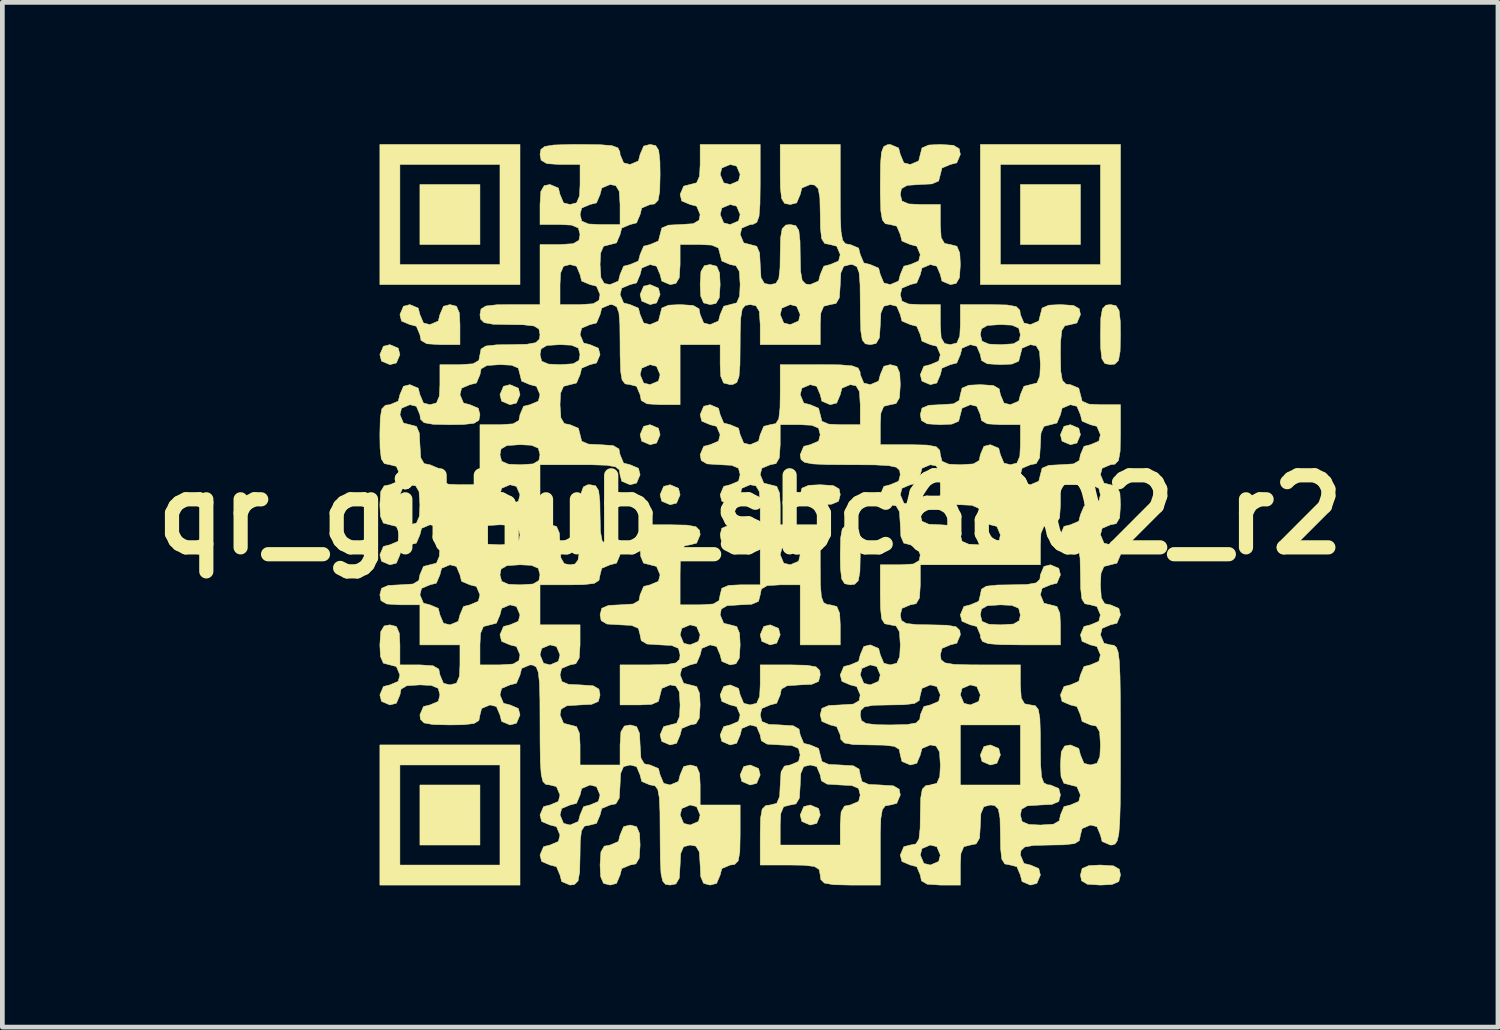
<source format=kicad_pcb>
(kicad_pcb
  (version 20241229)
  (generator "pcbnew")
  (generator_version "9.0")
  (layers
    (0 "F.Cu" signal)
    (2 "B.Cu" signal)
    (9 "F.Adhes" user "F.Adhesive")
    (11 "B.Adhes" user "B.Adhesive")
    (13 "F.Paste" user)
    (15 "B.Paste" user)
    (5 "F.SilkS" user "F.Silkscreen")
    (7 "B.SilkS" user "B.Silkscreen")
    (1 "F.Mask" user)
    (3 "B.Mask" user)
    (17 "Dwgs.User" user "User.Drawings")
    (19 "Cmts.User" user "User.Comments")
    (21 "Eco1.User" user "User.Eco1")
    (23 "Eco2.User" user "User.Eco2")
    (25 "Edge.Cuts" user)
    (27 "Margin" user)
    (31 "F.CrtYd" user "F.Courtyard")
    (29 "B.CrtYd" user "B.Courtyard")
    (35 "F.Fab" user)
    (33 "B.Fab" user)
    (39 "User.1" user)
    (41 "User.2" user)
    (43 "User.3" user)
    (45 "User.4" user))
  (footprint "qr_github_sbc6802_r2"
    (layer "F.Cu")
    (at 12.816 7.837)
    (property "Reference" "qr_github_sbc6802_r2" (at 0 0 0) (layer "F.SilkS") (effects (font (size 1.524 1.524) (thickness 0.3))))
    (attr through_hole)
    (fp_poly (pts (xy -5.715 -5.715) (xy -6.985 -5.715) (xy -6.985 -6.985) (xy -5.715 -6.985) (xy -5.715 -5.715)) (stroke (width 0.01) (type solid)) (fill yes) (layer "F.SilkS"))
    (fp_poly (pts (xy -5.715 6.985) (xy -6.985 6.985) (xy -6.985 5.715) (xy -5.715 5.715) (xy -5.715 6.985)) (stroke (width 0.01) (type solid)) (fill yes) (layer "F.SilkS"))
    (fp_poly (pts (xy 6.985 -5.715) (xy 5.715 -5.715) (xy 5.715 -6.985) (xy 6.985 -6.985) (xy 6.985 -5.715)) (stroke (width 0.01) (type solid)) (fill yes) (layer "F.SilkS"))
    (fp_poly (pts (xy -7.443 -3.523) (xy -7.408 -3.387) (xy -7.483 -3.21) (xy -7.62 -3.175) (xy -7.797 -3.25) (xy -7.832 -3.387) (xy -7.757 -3.564) (xy -7.62 -3.598) (xy -7.443 -3.523)) (stroke (width 0.01) (type solid)) (fill yes) (layer "F.SilkS"))
    (fp_poly (pts (xy -4.903 -2.677) (xy -4.868 -2.54) (xy -4.943 -2.363) (xy -5.08 -2.328) (xy -5.257 -2.403) (xy -5.292 -2.54) (xy -5.217 -2.717) (xy -5.08 -2.752) (xy -4.903 -2.677)) (stroke (width 0.01) (type solid)) (fill yes) (layer "F.SilkS"))
    (fp_poly (pts (xy -1.94 -4.793) (xy -1.905 -4.657) (xy -1.98 -4.48) (xy -2.117 -4.445) (xy -2.294 -4.52) (xy -2.328 -4.657) (xy -2.253 -4.834) (xy -2.117 -4.868) (xy -1.94 -4.793)) (stroke (width 0.01) (type solid)) (fill yes) (layer "F.SilkS"))
    (fp_poly (pts (xy -1.94 -1.83) (xy -1.905 -1.693) (xy -1.98 -1.516) (xy -2.117 -1.482) (xy -2.294 -1.557) (xy -2.328 -1.693) (xy -2.253 -1.87) (xy -2.117 -1.905) (xy -1.94 -1.83)) (stroke (width 0.01) (type solid)) (fill yes) (layer "F.SilkS"))
    (fp_poly (pts (xy -1.516 -0.56) (xy -1.482 -0.423) (xy -1.557 -0.246) (xy -1.693 -0.212) (xy -1.87 -0.287) (xy -1.905 -0.423) (xy -1.83 -0.6) (xy -1.693 -0.635) (xy -1.516 -0.56)) (stroke (width 0.01) (type solid)) (fill yes) (layer "F.SilkS"))
    (fp_poly (pts (xy 0.177 5.367) (xy 0.212 5.503) (xy 0.137 5.68) (xy 0 5.715) (xy -0.177 5.64) (xy -0.212 5.503) (xy -0.137 5.326) (xy 0 5.292) (xy 0.177 5.367)) (stroke (width 0.01) (type solid)) (fill yes) (layer "F.SilkS"))
    (fp_poly (pts (xy 0.6 2.403) (xy 0.635 2.54) (xy 0.56 2.717) (xy 0.423 2.752) (xy 0.246 2.677) (xy 0.212 2.54) (xy 0.287 2.363) (xy 0.423 2.328) (xy 0.6 2.403)) (stroke (width 0.01) (type solid)) (fill yes) (layer "F.SilkS"))
    (fp_poly (pts (xy 1.447 6.213) (xy 1.482 6.35) (xy 1.407 6.527) (xy 1.27 6.562) (xy 1.093 6.487) (xy 1.058 6.35) (xy 1.133 6.173) (xy 1.27 6.138) (xy 1.447 6.213)) (stroke (width 0.01) (type solid)) (fill yes) (layer "F.SilkS"))
    (fp_poly (pts (xy 5.257 4.943) (xy 5.292 5.08) (xy 5.217 5.257) (xy 5.08 5.292) (xy 4.903 5.217) (xy 4.868 5.08) (xy 4.943 4.903) (xy 5.08 4.868) (xy 5.257 4.943)) (stroke (width 0.01) (type solid)) (fill yes) (layer "F.SilkS"))
    (fp_poly (pts (xy 6.95 -1.83) (xy 6.985 -1.693) (xy 6.91 -1.516) (xy 6.773 -1.482) (xy 6.596 -1.557) (xy 6.562 -1.693) (xy 6.637 -1.87) (xy 6.773 -1.905) (xy 6.95 -1.83)) (stroke (width 0.01) (type solid)) (fill yes) (layer "F.SilkS"))
    (fp_poly (pts (xy -4.868 -4.868) (xy -7.832 -4.868) (xy -7.832 -7.408) (xy -7.408 -7.408) (xy -7.408 -5.292) (xy -5.292 -5.292) (xy -5.292 -7.408) (xy -7.408 -7.408) (xy -7.832 -7.408) (xy -7.832 -7.832) (xy -4.868 -7.832) (xy -4.868 -4.868)) (stroke (width 0.01) (type solid)) (fill yes) (layer "F.SilkS"))
    (fp_poly (pts (xy -4.868 7.832) (xy -7.832 7.832) (xy -7.832 5.292) (xy -7.408 5.292) (xy -7.408 7.408) (xy -5.292 7.408) (xy -5.292 5.292) (xy -7.408 5.292) (xy -7.832 5.292) (xy -7.832 4.868) (xy -4.868 4.868) (xy -4.868 7.832)) (stroke (width 0.01) (type solid)) (fill yes) (layer "F.SilkS"))
    (fp_poly (pts (xy 7.832 -4.868) (xy 4.868 -4.868) (xy 4.868 -7.408) (xy 5.292 -7.408) (xy 5.292 -5.292) (xy 7.408 -5.292) (xy 7.408 -7.408) (xy 5.292 -7.408) (xy 4.868 -7.408) (xy 4.868 -7.832) (xy 7.832 -7.832) (xy 7.832 -4.868)) (stroke (width 0.01) (type solid)) (fill yes) (layer "F.SilkS"))
    (fp_poly (pts (xy -0.708 -5.256) (xy -0.647 -5.113) (xy -0.635 -4.868) (xy -0.653 -4.591) (xy -0.724 -4.469) (xy -0.847 -4.445) (xy -0.985 -4.481) (xy -1.046 -4.624) (xy -1.058 -4.868) (xy -1.041 -5.145) (xy -0.969 -5.268) (xy -0.847 -5.292) (xy -0.708 -5.256)) (stroke (width 0.01) (type solid)) (fill yes) (layer "F.SilkS"))
    (fp_poly (pts (xy 1.759 -0.617) (xy 1.881 -0.546) (xy 1.905 -0.423) (xy 1.869 -0.285) (xy 1.726 -0.224) (xy 1.482 -0.212) (xy 1.205 -0.229) (xy 1.082 -0.301) (xy 1.058 -0.423) (xy 1.094 -0.562) (xy 1.237 -0.623) (xy 1.482 -0.635) (xy 1.759 -0.617)) (stroke (width 0.01) (type solid)) (fill yes) (layer "F.SilkS"))
    (fp_poly (pts (xy 7.685 7.426) (xy 7.808 7.498) (xy 7.832 7.62) (xy 7.796 7.758) (xy 7.653 7.82) (xy 7.408 7.832) (xy 7.131 7.814) (xy 7.009 7.742) (xy 6.985 7.62) (xy 7.021 7.482) (xy 7.164 7.42) (xy 7.408 7.408) (xy 7.685 7.426)) (stroke (width 0.01) (type solid)) (fill yes) (layer "F.SilkS"))
    (fp_poly (pts (xy 2.235 0.235) (xy 2.299 0.337) (xy 2.324 0.565) (xy 2.328 0.847) (xy 2.321 1.201) (xy 2.287 1.393) (xy 2.21 1.47) (xy 2.117 1.482) (xy 1.998 1.458) (xy 1.935 1.357) (xy 1.909 1.128) (xy 1.905 0.847) (xy 1.913 0.492) (xy 1.947 0.3) (xy 2.023 0.223) (xy 2.117 0.212) (xy 2.235 0.235)) (stroke (width 0.01) (type solid)) (fill yes) (layer "F.SilkS"))
    (fp_poly (pts (xy 7.738 -4.422) (xy 7.802 -4.32) (xy 7.828 -4.091) (xy 7.832 -3.81) (xy 7.824 -3.455) (xy 7.79 -3.264) (xy 7.714 -3.187) (xy 7.62 -3.175) (xy 7.502 -3.198) (xy 7.438 -3.3) (xy 7.412 -3.529) (xy 7.408 -3.81) (xy 7.416 -4.165) (xy 7.45 -4.356) (xy 7.526 -4.433) (xy 7.62 -4.445) (xy 7.738 -4.422)) (stroke (width 0.01) (type solid)) (fill yes) (layer "F.SilkS"))
    (fp_poly (pts (xy -2.402 6.597) (xy -2.34 6.741) (xy -2.328 6.985) (xy -2.346 7.262) (xy -2.418 7.384) (xy -2.54 7.408) (xy -2.717 7.483) (xy -2.752 7.62) (xy -2.827 7.797) (xy -2.963 7.832) (xy -3.102 7.796) (xy -3.163 7.653) (xy -3.175 7.408) (xy -3.157 7.131) (xy -3.086 7.009) (xy -2.963 6.985) (xy -2.786 6.91) (xy -2.752 6.773) (xy -2.677 6.596) (xy -2.54 6.562) (xy -2.402 6.597)) (stroke (width 0.01) (type solid)) (fill yes) (layer "F.SilkS"))
    (fp_poly (pts (xy -6.212 -4.41) (xy -6.15 -4.266) (xy -6.138 -4.022) (xy -6.138 -3.598) (xy -6.562 -3.598) (xy -6.839 -3.616) (xy -6.961 -3.688) (xy -6.985 -3.81) (xy -7.06 -3.987) (xy -7.197 -4.022) (xy -7.374 -4.097) (xy -7.408 -4.233) (xy -7.333 -4.41) (xy -7.197 -4.445) (xy -7.02 -4.37) (xy -6.985 -4.233) (xy -6.91 -4.056) (xy -6.773 -4.022) (xy -6.596 -4.097) (xy -6.562 -4.233) (xy -6.487 -4.41) (xy -6.35 -4.445) (xy -6.212 -4.41)) (stroke (width 0.01) (type solid)) (fill yes) (layer "F.SilkS"))
    (fp_poly (pts (xy 6.527 1.133) (xy 6.562 1.27) (xy 6.487 1.447) (xy 6.35 1.482) (xy 6.173 1.557) (xy 6.138 1.693) (xy 6.213 1.87) (xy 6.35 1.905) (xy 6.488 1.94) (xy 6.55 2.084) (xy 6.562 2.328) (xy 6.562 2.752) (xy 5.715 2.752) (xy 5.293 2.747) (xy 5.04 2.727) (xy 4.914 2.68) (xy 4.871 2.596) (xy 4.868 2.54) (xy 4.793 2.363) (xy 4.657 2.328) (xy 4.48 2.253) (xy 4.445 2.117) (xy 4.868 2.117) (xy 4.904 2.255) (xy 5.047 2.316) (xy 5.292 2.328) (xy 5.569 2.311) (xy 5.691 2.239) (xy 5.715 2.117) (xy 5.679 1.978) (xy 5.536 1.917) (xy 5.292 1.905) (xy 5.015 1.923) (xy 4.892 1.994) (xy 4.868 2.117) (xy 4.445 2.117) (xy 4.52 1.94) (xy 4.657 1.905) (xy 4.834 1.83) (xy 4.868 1.693) (xy 4.892 1.575) (xy 4.993 1.511) (xy 5.222 1.486) (xy 5.503 1.482) (xy 5.858 1.474) (xy 6.05 1.44) (xy 6.127 1.364) (xy 6.138 1.27) (xy 6.213 1.093) (xy 6.35 1.058) (xy 6.527 1.133)) (stroke (width 0.01) (type solid)) (fill yes) (layer "F.SilkS"))
    (fp_poly (pts (xy 1.201 3.183) (xy 1.393 3.217) (xy 1.47 3.293) (xy 1.482 3.387) (xy 1.446 3.525) (xy 1.303 3.586) (xy 1.058 3.598) (xy 0.781 3.616) (xy 0.659 3.688) (xy 0.635 3.81) (xy 0.56 3.987) (xy 0.423 4.022) (xy 0.246 4.097) (xy 0.212 4.233) (xy 0.247 4.372) (xy 0.391 4.433) (xy 0.635 4.445) (xy 0.912 4.463) (xy 1.034 4.534) (xy 1.058 4.657) (xy 1.133 4.834) (xy 1.27 4.868) (xy 1.447 4.943) (xy 1.482 5.08) (xy 1.517 5.218) (xy 1.661 5.28) (xy 1.905 5.292) (xy 2.182 5.309) (xy 2.304 5.381) (xy 2.328 5.503) (xy 2.364 5.642) (xy 2.507 5.703) (xy 2.752 5.715) (xy 3.029 5.733) (xy 3.151 5.804) (xy 3.175 5.927) (xy 3.1 6.104) (xy 2.963 6.138) (xy 2.858 6.156) (xy 2.795 6.237) (xy 2.763 6.425) (xy 2.752 6.762) (xy 2.752 6.985) (xy 2.752 7.832) (xy 2.117 7.832) (xy 1.762 7.824) (xy 1.57 7.79) (xy 1.493 7.714) (xy 1.482 7.62) (xy 1.458 7.502) (xy 1.357 7.438) (xy 1.128 7.412) (xy 0.847 7.408) (xy 0.212 7.408) (xy 0.212 6.773) (xy 0.216 6.562) (xy 0.635 6.562) (xy 0.635 6.985) (xy 1.905 6.985) (xy 1.905 6.562) (xy 1.923 6.285) (xy 1.994 6.162) (xy 2.117 6.138) (xy 2.294 6.063) (xy 2.328 5.927) (xy 2.293 5.788) (xy 2.149 5.727) (xy 1.905 5.715) (xy 1.628 5.697) (xy 1.506 5.626) (xy 1.482 5.503) (xy 1.407 5.326) (xy 1.27 5.292) (xy 1.132 5.327) (xy 1.07 5.471) (xy 1.058 5.715) (xy 1.041 5.992) (xy 0.969 6.114) (xy 0.847 6.138) (xy 0.708 6.174) (xy 0.647 6.317) (xy 0.635 6.562) (xy 0.216 6.562) (xy 0.219 6.419) (xy 0.253 6.227) (xy 0.33 6.15) (xy 0.423 6.138) (xy 0.562 6.103) (xy 0.623 5.959) (xy 0.635 5.715) (xy 0.653 5.438) (xy 0.724 5.316) (xy 0.847 5.292) (xy 1.024 5.217) (xy 1.058 5.08) (xy 1.023 4.942) (xy 0.879 4.88) (xy 0.635 4.868) (xy 0.358 4.851) (xy 0.236 4.779) (xy 0.212 4.657) (xy 0.137 4.48) (xy 0 4.445) (xy -0.177 4.52) (xy -0.212 4.657) (xy -0.287 4.834) (xy -0.423 4.868) (xy -0.6 4.793) (xy -0.635 4.657) (xy -0.56 4.48) (xy -0.423 4.445) (xy -0.246 4.37) (xy -0.212 4.233) (xy -0.287 4.056) (xy -0.423 4.022) (xy -0.6 3.947) (xy -0.635 3.81) (xy -0.56 3.633) (xy -0.423 3.598) (xy -0.246 3.673) (xy -0.212 3.81) (xy -0.137 3.987) (xy 0 4.022) (xy 0.138 3.986) (xy 0.2 3.843) (xy 0.212 3.598) (xy 0.212 3.175) (xy 0.847 3.175) (xy 1.201 3.183)) (stroke (width 0.01) (type solid)) (fill yes) (layer "F.SilkS"))
    (fp_poly (pts (xy 0.212 -6.985) (xy 0.207 -6.563) (xy 0.187 -6.31) (xy 0.14 -6.184) (xy 0.056 -6.141) (xy 0 -6.138) (xy -0.177 -6.063) (xy -0.212 -5.927) (xy -0.137 -5.75) (xy 0 -5.715) (xy 0.138 -5.679) (xy 0.2 -5.536) (xy 0.212 -5.292) (xy 0.229 -5.015) (xy 0.301 -4.892) (xy 0.423 -4.868) (xy 0.542 -4.892) (xy 0.605 -4.993) (xy 0.631 -5.222) (xy 0.635 -5.503) (xy 0.643 -5.858) (xy 0.677 -6.05) (xy 0.753 -6.127) (xy 0.847 -6.138) (xy 0.965 -6.115) (xy 1.029 -6.013) (xy 1.054 -5.785) (xy 1.058 -5.503) (xy 1.066 -5.149) (xy 1.1 -4.957) (xy 1.176 -4.88) (xy 1.27 -4.868) (xy 1.447 -4.943) (xy 1.482 -5.08) (xy 1.557 -5.257) (xy 1.693 -5.292) (xy 1.87 -5.367) (xy 1.905 -5.503) (xy 1.83 -5.68) (xy 1.693 -5.715) (xy 1.575 -5.738) (xy 1.511 -5.84) (xy 1.486 -6.069) (xy 1.482 -6.35) (xy 1.474 -6.705) (xy 1.44 -6.896) (xy 1.364 -6.973) (xy 1.27 -6.985) (xy 1.093 -6.91) (xy 1.058 -6.773) (xy 0.983 -6.596) (xy 0.847 -6.562) (xy 0.728 -6.585) (xy 0.665 -6.687) (xy 0.639 -6.915) (xy 0.635 -7.197) (xy 0.635 -7.832) (xy 1.905 -7.832) (xy 1.905 -6.773) (xy 1.908 -6.292) (xy 1.922 -5.983) (xy 1.954 -5.81) (xy 2.013 -5.733) (xy 2.105 -5.715) (xy 2.117 -5.715) (xy 2.294 -5.64) (xy 2.328 -5.503) (xy 2.403 -5.326) (xy 2.54 -5.292) (xy 2.717 -5.217) (xy 2.752 -5.08) (xy 2.827 -4.903) (xy 2.963 -4.868) (xy 3.14 -4.943) (xy 3.175 -5.08) (xy 3.25 -5.257) (xy 3.387 -5.292) (xy 3.564 -5.367) (xy 3.598 -5.503) (xy 3.523 -5.68) (xy 3.387 -5.715) (xy 3.21 -5.79) (xy 3.175 -5.927) (xy 3.1 -6.104) (xy 2.963 -6.138) (xy 2.858 -6.156) (xy 2.795 -6.237) (xy 2.763 -6.425) (xy 2.752 -6.762) (xy 2.752 -6.985) (xy 2.756 -7.407) (xy 2.776 -7.66) (xy 2.823 -7.786) (xy 2.908 -7.829) (xy 2.963 -7.832) (xy 3.14 -7.757) (xy 3.175 -7.62) (xy 3.25 -7.443) (xy 3.387 -7.408) (xy 3.564 -7.483) (xy 3.598 -7.62) (xy 3.634 -7.758) (xy 3.777 -7.82) (xy 4.022 -7.832) (xy 4.299 -7.814) (xy 4.421 -7.742) (xy 4.445 -7.62) (xy 4.37 -7.443) (xy 4.233 -7.408) (xy 4.056 -7.333) (xy 4.022 -7.197) (xy 3.986 -7.058) (xy 3.843 -6.997) (xy 3.598 -6.985) (xy 3.321 -6.967) (xy 3.199 -6.896) (xy 3.175 -6.773) (xy 3.211 -6.635) (xy 3.354 -6.574) (xy 3.598 -6.562) (xy 4.022 -6.562) (xy 4.022 -6.138) (xy 4.039 -5.861) (xy 4.111 -5.739) (xy 4.233 -5.715) (xy 4.372 -5.679) (xy 4.433 -5.536) (xy 4.445 -5.292) (xy 4.427 -5.015) (xy 4.356 -4.892) (xy 4.233 -4.868) (xy 4.056 -4.943) (xy 4.022 -5.08) (xy 3.947 -5.257) (xy 3.81 -5.292) (xy 3.633 -5.217) (xy 3.598 -5.08) (xy 3.523 -4.903) (xy 3.387 -4.868) (xy 3.21 -4.793) (xy 3.175 -4.657) (xy 3.211 -4.518) (xy 3.354 -4.457) (xy 3.598 -4.445) (xy 4.022 -4.445) (xy 4.022 -4.022) (xy 4.039 -3.745) (xy 4.111 -3.622) (xy 4.233 -3.598) (xy 4.372 -3.634) (xy 4.433 -3.777) (xy 4.435 -3.81) (xy 4.868 -3.81) (xy 4.904 -3.672) (xy 5.047 -3.61) (xy 5.292 -3.598) (xy 5.569 -3.616) (xy 5.691 -3.688) (xy 5.715 -3.81) (xy 5.679 -3.948) (xy 5.536 -4.01) (xy 5.292 -4.022) (xy 5.015 -4.004) (xy 4.892 -3.932) (xy 4.868 -3.81) (xy 4.435 -3.81) (xy 4.445 -4.022) (xy 4.445 -4.445) (xy 5.08 -4.445) (xy 5.435 -4.437) (xy 5.626 -4.403) (xy 5.703 -4.327) (xy 5.715 -4.233) (xy 5.79 -4.056) (xy 5.927 -4.022) (xy 6.104 -4.097) (xy 6.138 -4.233) (xy 6.174 -4.372) (xy 6.317 -4.433) (xy 6.562 -4.445) (xy 6.839 -4.427) (xy 6.961 -4.356) (xy 6.985 -4.233) (xy 6.91 -4.056) (xy 6.773 -4.022) (xy 6.655 -3.998) (xy 6.591 -3.897) (xy 6.566 -3.668) (xy 6.562 -3.387) (xy 6.569 -3.032) (xy 6.603 -2.84) (xy 6.68 -2.763) (xy 6.773 -2.752) (xy 6.95 -2.677) (xy 6.985 -2.54) (xy 7.021 -2.402) (xy 7.164 -2.34) (xy 7.408 -2.328) (xy 7.832 -2.328) (xy 7.832 -1.693) (xy 7.824 -1.339) (xy 7.79 -1.147) (xy 7.714 -1.07) (xy 7.62 -1.058) (xy 7.443 -0.983) (xy 7.408 -0.847) (xy 7.483 -0.67) (xy 7.62 -0.635) (xy 7.758 -0.6) (xy 7.82 -0.456) (xy 7.832 -0.212) (xy 7.814 0.065) (xy 7.742 0.188) (xy 7.62 0.212) (xy 7.443 0.287) (xy 7.408 0.423) (xy 7.483 0.6) (xy 7.62 0.635) (xy 7.797 0.71) (xy 7.832 0.847) (xy 7.757 1.024) (xy 7.62 1.058) (xy 7.482 1.094) (xy 7.42 1.237) (xy 7.408 1.482) (xy 7.426 1.759) (xy 7.498 1.881) (xy 7.62 1.905) (xy 7.797 1.98) (xy 7.832 2.117) (xy 7.757 2.294) (xy 7.62 2.328) (xy 7.443 2.403) (xy 7.408 2.54) (xy 7.483 2.717) (xy 7.62 2.752) (xy 7.692 2.76) (xy 7.745 2.803) (xy 7.783 2.908) (xy 7.808 3.103) (xy 7.822 3.414) (xy 7.829 3.87) (xy 7.832 4.496) (xy 7.832 4.868) (xy 7.831 5.587) (xy 7.827 6.122) (xy 7.816 6.499) (xy 7.797 6.747) (xy 7.765 6.892) (xy 7.72 6.962) (xy 7.657 6.984) (xy 7.62 6.985) (xy 7.443 6.91) (xy 7.408 6.773) (xy 7.333 6.596) (xy 7.197 6.562) (xy 7.02 6.637) (xy 6.985 6.773) (xy 6.962 6.892) (xy 6.86 6.955) (xy 6.631 6.981) (xy 6.35 6.985) (xy 5.995 6.993) (xy 5.804 7.027) (xy 5.727 7.103) (xy 5.715 7.197) (xy 5.79 7.374) (xy 5.927 7.408) (xy 6.104 7.483) (xy 6.138 7.62) (xy 6.063 7.797) (xy 5.927 7.832) (xy 5.75 7.757) (xy 5.715 7.62) (xy 5.64 7.443) (xy 5.503 7.408) (xy 5.385 7.385) (xy 5.321 7.283) (xy 5.296 7.055) (xy 5.292 6.773) (xy 5.284 6.419) (xy 5.25 6.227) (xy 5.174 6.15) (xy 5.08 6.138) (xy 4.942 6.174) (xy 4.88 6.317) (xy 4.868 6.562) (xy 4.851 6.839) (xy 4.779 6.961) (xy 4.657 6.985) (xy 4.518 7.021) (xy 4.457 7.164) (xy 4.445 7.408) (xy 4.445 7.832) (xy 4.022 7.832) (xy 3.745 7.814) (xy 3.622 7.742) (xy 3.598 7.62) (xy 3.523 7.443) (xy 3.387 7.408) (xy 3.21 7.333) (xy 3.175 7.197) (xy 3.598 7.197) (xy 3.673 7.374) (xy 3.81 7.408) (xy 3.987 7.333) (xy 4.022 7.197) (xy 3.947 7.02) (xy 3.81 6.985) (xy 3.633 7.06) (xy 3.598 7.197) (xy 3.175 7.197) (xy 3.25 7.02) (xy 3.387 6.985) (xy 3.505 6.962) (xy 3.569 6.86) (xy 3.594 6.631) (xy 3.598 6.35) (xy 3.606 5.995) (xy 3.64 5.804) (xy 3.716 5.727) (xy 3.81 5.715) (xy 3.948 5.679) (xy 4.01 5.536) (xy 4.022 5.292) (xy 4.004 5.015) (xy 3.932 4.892) (xy 3.81 4.868) (xy 3.633 4.943) (xy 3.598 5.08) (xy 3.523 5.257) (xy 3.387 5.292) (xy 3.21 5.217) (xy 3.175 5.08) (xy 3.152 4.962) (xy 3.05 4.898) (xy 2.821 4.872) (xy 2.54 4.868) (xy 2.185 4.861) (xy 1.994 4.827) (xy 1.917 4.75) (xy 1.905 4.657) (xy 1.83 4.48) (xy 1.693 4.445) (xy 1.516 4.37) (xy 1.482 4.233) (xy 2.328 4.233) (xy 2.352 4.352) (xy 2.453 4.415) (xy 2.682 4.441) (xy 2.963 4.445) (xy 4.445 4.445) (xy 4.445 5.715) (xy 5.715 5.715) (xy 5.715 4.445) (xy 4.445 4.445) (xy 2.963 4.445) (xy 3.318 4.437) (xy 3.51 4.403) (xy 3.587 4.327) (xy 3.598 4.233) (xy 3.673 4.056) (xy 3.81 4.022) (xy 3.987 3.947) (xy 4.022 3.81) (xy 4.445 3.81) (xy 4.52 3.987) (xy 4.657 4.022) (xy 4.834 3.947) (xy 4.868 3.81) (xy 4.793 3.633) (xy 4.657 3.598) (xy 4.48 3.673) (xy 4.445 3.81) (xy 4.022 3.81) (xy 3.947 3.633) (xy 3.81 3.598) (xy 3.633 3.673) (xy 3.598 3.81) (xy 3.575 3.928) (xy 3.473 3.992) (xy 3.245 4.018) (xy 2.963 4.022) (xy 2.609 4.029) (xy 2.417 4.063) (xy 2.34 4.14) (xy 2.328 4.233) (xy 1.482 4.233) (xy 1.517 4.095) (xy 1.661 4.034) (xy 1.905 4.022) (xy 2.182 4.004) (xy 2.304 3.932) (xy 2.328 3.81) (xy 2.253 3.633) (xy 2.117 3.598) (xy 1.94 3.523) (xy 1.905 3.387) (xy 2.328 3.387) (xy 2.403 3.564) (xy 2.54 3.598) (xy 2.717 3.523) (xy 2.752 3.387) (xy 2.677 3.21) (xy 2.54 3.175) (xy 2.363 3.25) (xy 2.328 3.387) (xy 1.905 3.387) (xy 1.98 3.21) (xy 2.117 3.175) (xy 2.294 3.1) (xy 2.328 2.963) (xy 2.403 2.786) (xy 2.54 2.752) (xy 2.717 2.827) (xy 2.752 2.963) (xy 2.827 3.14) (xy 2.963 3.175) (xy 3.102 3.139) (xy 3.163 2.996) (xy 3.175 2.752) (xy 3.157 2.475) (xy 3.086 2.352) (xy 2.963 2.328) (xy 2.845 2.305) (xy 2.781 2.203) (xy 2.772 2.117) (xy 3.175 2.117) (xy 3.198 2.235) (xy 3.3 2.299) (xy 3.529 2.324) (xy 3.81 2.328) (xy 4.165 2.336) (xy 4.356 2.37) (xy 4.433 2.446) (xy 4.445 2.54) (xy 4.37 2.717) (xy 4.233 2.752) (xy 4.056 2.827) (xy 4.022 2.963) (xy 4.039 3.069) (xy 4.121 3.132) (xy 4.308 3.164) (xy 4.645 3.174) (xy 4.868 3.175) (xy 5.715 3.175) (xy 5.715 3.598) (xy 5.733 3.875) (xy 5.804 3.998) (xy 5.927 4.022) (xy 6.032 4.039) (xy 6.095 4.121) (xy 6.127 4.308) (xy 6.138 4.645) (xy 6.138 4.868) (xy 6.143 5.29) (xy 6.163 5.543) (xy 6.21 5.669) (xy 6.294 5.712) (xy 6.35 5.715) (xy 6.527 5.79) (xy 6.562 5.927) (xy 6.526 6.065) (xy 6.383 6.126) (xy 6.138 6.138) (xy 5.861 6.156) (xy 5.739 6.228) (xy 5.715 6.35) (xy 5.75 6.488) (xy 5.894 6.55) (xy 6.138 6.562) (xy 6.415 6.544) (xy 6.538 6.472) (xy 6.562 6.35) (xy 6.637 6.173) (xy 6.773 6.138) (xy 6.95 6.063) (xy 6.985 5.927) (xy 6.91 5.75) (xy 6.773 5.715) (xy 6.635 5.679) (xy 6.574 5.536) (xy 6.562 5.292) (xy 6.579 5.015) (xy 6.651 4.892) (xy 6.773 4.868) (xy 6.95 4.943) (xy 6.985 5.08) (xy 7.06 5.257) (xy 7.197 5.292) (xy 7.335 5.256) (xy 7.396 5.113) (xy 7.408 4.868) (xy 7.391 4.591) (xy 7.319 4.469) (xy 7.197 4.445) (xy 7.02 4.37) (xy 6.985 4.233) (xy 6.91 4.056) (xy 6.773 4.022) (xy 6.596 3.947) (xy 6.562 3.81) (xy 6.637 3.633) (xy 6.773 3.598) (xy 6.95 3.523) (xy 6.985 3.387) (xy 7.06 3.21) (xy 7.197 3.175) (xy 7.374 3.1) (xy 7.408 2.963) (xy 7.333 2.786) (xy 7.197 2.752) (xy 7.02 2.677) (xy 6.985 2.54) (xy 7.06 2.363) (xy 7.197 2.328) (xy 7.374 2.253) (xy 7.408 2.117) (xy 7.333 1.94) (xy 7.197 1.905) (xy 7.078 1.882) (xy 7.015 1.78) (xy 6.989 1.551) (xy 6.985 1.27) (xy 6.977 0.915) (xy 6.943 0.724) (xy 6.867 0.647) (xy 6.773 0.635) (xy 6.596 0.56) (xy 6.562 0.423) (xy 6.637 0.246) (xy 6.773 0.212) (xy 6.95 0.137) (xy 6.985 0) (xy 7.06 -0.177) (xy 7.197 -0.212) (xy 7.374 -0.287) (xy 7.408 -0.423) (xy 7.373 -0.562) (xy 7.229 -0.623) (xy 6.985 -0.635) (xy 6.562 -0.635) (xy 6.562 -0.212) (xy 6.544 0.065) (xy 6.472 0.188) (xy 6.35 0.212) (xy 6.212 0.247) (xy 6.15 0.391) (xy 6.138 0.635) (xy 6.138 1.058) (xy 3.598 1.058) (xy 3.598 1.482) (xy 3.581 1.759) (xy 3.509 1.881) (xy 3.387 1.905) (xy 3.21 1.98) (xy 3.175 2.117) (xy 2.772 2.117) (xy 2.756 1.975) (xy 2.752 1.693) (xy 2.752 1.058) (xy 3.175 1.058) (xy 3.452 1.041) (xy 3.574 0.969) (xy 3.598 0.847) (xy 3.523 0.67) (xy 3.387 0.635) (xy 3.248 0.599) (xy 3.187 0.456) (xy 3.175 0.212) (xy 3.157 -0.065) (xy 3.086 -0.188) (xy 2.963 -0.212) (xy 2.786 -0.287) (xy 2.752 -0.423) (xy 3.175 -0.423) (xy 3.25 -0.246) (xy 3.387 -0.212) (xy 3.564 -0.137) (xy 3.598 0) (xy 3.634 0.138) (xy 3.777 0.2) (xy 4.022 0.212) (xy 4.299 0.229) (xy 4.421 0.301) (xy 4.445 0.423) (xy 4.481 0.562) (xy 4.624 0.623) (xy 4.868 0.635) (xy 5.145 0.617) (xy 5.268 0.546) (xy 5.292 0.423) (xy 5.217 0.246) (xy 5.08 0.212) (xy 4.903 0.137) (xy 4.868 0) (xy 4.833 -0.138) (xy 4.689 -0.2) (xy 4.445 -0.212) (xy 4.022 -0.212) (xy 4.022 -0.635) (xy 4.008 -0.847) (xy 5.715 -0.847) (xy 5.79 -0.67) (xy 5.927 -0.635) (xy 6.104 -0.71) (xy 6.138 -0.847) (xy 6.174 -0.985) (xy 6.317 -1.046) (xy 6.562 -1.058) (xy 6.839 -1.076) (xy 6.961 -1.148) (xy 6.985 -1.27) (xy 7.06 -1.447) (xy 7.197 -1.482) (xy 7.374 -1.557) (xy 7.408 -1.693) (xy 7.333 -1.87) (xy 7.197 -1.905) (xy 7.02 -1.98) (xy 6.985 -2.117) (xy 6.91 -2.294) (xy 6.773 -2.328) (xy 6.596 -2.253) (xy 6.562 -2.117) (xy 6.487 -1.94) (xy 6.35 -1.905) (xy 6.212 -1.869) (xy 6.15 -1.726) (xy 6.138 -1.482) (xy 6.121 -1.205) (xy 6.049 -1.082) (xy 5.927 -1.058) (xy 5.75 -0.983) (xy 5.715 -0.847) (xy 4.008 -0.847) (xy 4.004 -0.912) (xy 3.932 -1.034) (xy 3.81 -1.058) (xy 3.633 -0.983) (xy 3.598 -0.847) (xy 3.523 -0.67) (xy 3.387 -0.635) (xy 3.21 -0.56) (xy 3.175 -0.423) (xy 2.752 -0.423) (xy 2.827 -0.6) (xy 2.963 -0.635) (xy 3.14 -0.71) (xy 3.175 -0.847) (xy 3.16 -0.943) (xy 3.091 -1.005) (xy 2.929 -1.039) (xy 2.636 -1.055) (xy 2.173 -1.058) (xy 2.117 -1.058) (xy 1.635 -1.061) (xy 1.327 -1.075) (xy 1.153 -1.107) (xy 1.077 -1.166) (xy 1.058 -1.259) (xy 1.058 -1.27) (xy 1.133 -1.447) (xy 1.27 -1.482) (xy 1.447 -1.557) (xy 1.482 -1.693) (xy 1.446 -1.832) (xy 1.303 -1.893) (xy 1.058 -1.905) (xy 0.635 -1.905) (xy 0.635 -1.482) (xy 0.617 -1.205) (xy 0.546 -1.082) (xy 0.423 -1.058) (xy 0.246 -0.983) (xy 0.212 -0.847) (xy 0.287 -0.67) (xy 0.423 -0.635) (xy 0.562 -0.6) (xy 0.623 -0.456) (xy 0.635 -0.212) (xy 0.635 0.212) (xy 1.482 0.212) (xy 1.482 1.058) (xy 1.486 1.48) (xy 1.506 1.733) (xy 1.553 1.859) (xy 1.638 1.902) (xy 1.693 1.905) (xy 1.832 1.94) (xy 1.893 2.084) (xy 1.905 2.328) (xy 1.905 2.752) (xy 1.058 2.752) (xy 1.058 1.482) (xy 0.635 1.482) (xy 0.358 1.499) (xy 0.236 1.571) (xy 0.212 1.693) (xy 0.176 1.832) (xy 0.033 1.893) (xy -0.212 1.905) (xy -0.489 1.923) (xy -0.611 1.994) (xy -0.635 2.117) (xy -0.56 2.294) (xy -0.423 2.328) (xy -0.285 2.364) (xy -0.224 2.507) (xy -0.212 2.752) (xy -0.229 3.029) (xy -0.301 3.151) (xy -0.423 3.175) (xy -0.6 3.1) (xy -0.635 2.963) (xy -0.71 2.786) (xy -0.847 2.752) (xy -1.024 2.827) (xy -1.058 2.963) (xy -1.133 3.14) (xy -1.27 3.175) (xy -1.447 3.25) (xy -1.482 3.387) (xy -1.407 3.564) (xy -1.27 3.598) (xy -1.132 3.634) (xy -1.07 3.777) (xy -1.058 4.022) (xy -1.076 4.299) (xy -1.148 4.421) (xy -1.27 4.445) (xy -1.447 4.52) (xy -1.482 4.657) (xy -1.557 4.834) (xy -1.693 4.868) (xy -1.87 4.793) (xy -1.905 4.657) (xy -1.83 4.48) (xy -1.693 4.445) (xy -1.555 4.409) (xy -1.494 4.266) (xy -1.482 4.022) (xy -1.499 3.745) (xy -1.571 3.622) (xy -1.693 3.598) (xy -1.87 3.673) (xy -1.905 3.81) (xy -1.941 3.948) (xy -2.084 4.01) (xy -2.328 4.022) (xy -2.752 4.022) (xy -2.752 3.175) (xy -2.117 3.175) (xy -1.762 3.167) (xy -1.57 3.133) (xy -1.493 3.057) (xy -1.482 2.963) (xy -1.517 2.825) (xy -1.661 2.764) (xy -1.905 2.752) (xy -2.182 2.734) (xy -2.304 2.662) (xy -2.328 2.54) (xy -1.482 2.54) (xy -1.407 2.717) (xy -1.27 2.752) (xy -1.093 2.677) (xy -1.058 2.54) (xy -1.133 2.363) (xy -1.27 2.328) (xy -1.447 2.403) (xy -1.482 2.54) (xy -2.328 2.54) (xy -2.364 2.402) (xy -2.507 2.34) (xy -2.752 2.328) (xy -3.029 2.311) (xy -3.151 2.239) (xy -3.175 2.117) (xy -3.139 1.978) (xy -2.996 1.917) (xy -2.752 1.905) (xy -2.475 1.887) (xy -2.352 1.816) (xy -2.328 1.693) (xy -2.253 1.516) (xy -2.117 1.482) (xy -1.94 1.407) (xy -1.905 1.27) (xy -1.98 1.093) (xy -2.117 1.058) (xy -2.255 1.023) (xy -2.316 0.879) (xy -2.328 0.635) (xy -2.328 0.212) (xy -1.693 0.212) (xy -1.339 0.219) (xy -1.147 0.253) (xy -1.07 0.33) (xy -1.058 0.423) (xy -1.133 0.6) (xy -1.27 0.635) (xy -1.388 0.658) (xy -1.452 0.76) (xy -1.478 0.989) (xy -1.482 1.27) (xy -1.482 1.905) (xy -1.058 1.905) (xy -0.781 1.887) (xy -0.659 1.816) (xy -0.635 1.693) (xy -0.6 1.555) (xy -0.456 1.494) (xy -0.212 1.482) (xy 0.212 1.482) (xy 0.212 0.847) (xy 0.635 0.847) (xy 0.71 1.024) (xy 0.847 1.058) (xy 1.024 0.983) (xy 1.058 0.847) (xy 0.983 0.67) (xy 0.847 0.635) (xy 0.67 0.71) (xy 0.635 0.847) (xy 0.212 0.847) (xy 0.212 0.635) (xy -0.212 0.635) (xy -0.489 0.617) (xy -0.611 0.546) (xy -0.635 0.423) (xy -0.6 0.285) (xy -0.456 0.224) (xy -0.212 0.212) (xy 0.212 0.212) (xy 0.212 -0.212) (xy 0.194 -0.489) (xy 0.122 -0.611) (xy 0 -0.635) (xy -0.177 -0.56) (xy -0.212 -0.423) (xy -0.287 -0.246) (xy -0.423 -0.212) (xy -0.6 -0.287) (xy -0.635 -0.423) (xy -0.56 -0.6) (xy -0.423 -0.635) (xy -0.246 -0.71) (xy -0.212 -0.847) (xy -0.247 -0.985) (xy -0.391 -1.046) (xy -0.635 -1.058) (xy -0.912 -1.076) (xy -1.034 -1.148) (xy -1.058 -1.27) (xy -0.983 -1.447) (xy -0.847 -1.482) (xy -0.67 -1.557) (xy -0.635 -1.693) (xy -0.71 -1.87) (xy -0.847 -1.905) (xy -1.024 -1.98) (xy -1.058 -2.117) (xy -0.983 -2.294) (xy -0.847 -2.328) (xy -0.67 -2.253) (xy -0.635 -2.117) (xy -0.56 -1.94) (xy -0.423 -1.905) (xy -0.246 -1.83) (xy -0.212 -1.693) (xy -0.137 -1.516) (xy 0 -1.482) (xy 0.177 -1.557) (xy 0.212 -1.693) (xy 0.287 -1.87) (xy 0.423 -1.905) (xy 0.542 -1.928) (xy 0.605 -2.03) (xy 0.631 -2.259) (xy 0.635 -2.54) (xy 1.058 -2.54) (xy 1.133 -2.363) (xy 1.27 -2.328) (xy 1.447 -2.253) (xy 1.482 -2.117) (xy 1.517 -1.978) (xy 1.661 -1.917) (xy 1.905 -1.905) (xy 2.328 -1.905) (xy 2.328 -2.328) (xy 2.311 -2.605) (xy 2.239 -2.728) (xy 2.117 -2.752) (xy 1.94 -2.677) (xy 1.905 -2.54) (xy 1.83 -2.363) (xy 1.693 -2.328) (xy 1.516 -2.403) (xy 1.482 -2.54) (xy 1.407 -2.717) (xy 1.27 -2.752) (xy 1.093 -2.677) (xy 1.058 -2.54) (xy 0.635 -2.54) (xy 0.635 -3.175) (xy 1.482 -3.175) (xy 1.904 -3.171) (xy 2.156 -3.15) (xy 2.283 -3.103) (xy 2.325 -3.019) (xy 2.328 -2.963) (xy 2.403 -2.786) (xy 2.54 -2.752) (xy 2.717 -2.827) (xy 2.752 -2.963) (xy 2.827 -3.14) (xy 2.963 -3.175) (xy 3.102 -3.139) (xy 3.163 -2.996) (xy 3.175 -2.752) (xy 3.157 -2.475) (xy 3.086 -2.352) (xy 2.963 -2.328) (xy 2.825 -2.293) (xy 2.764 -2.149) (xy 2.752 -1.905) (xy 2.752 -1.482) (xy 3.387 -1.482) (xy 3.741 -1.474) (xy 3.933 -1.44) (xy 4.01 -1.364) (xy 4.022 -1.27) (xy 4.057 -1.132) (xy 4.201 -1.07) (xy 4.445 -1.058) (xy 4.722 -1.076) (xy 4.844 -1.148) (xy 4.868 -1.27) (xy 4.943 -1.447) (xy 5.08 -1.482) (xy 5.257 -1.407) (xy 5.292 -1.27) (xy 5.367 -1.093) (xy 5.503 -1.058) (xy 5.642 -1.094) (xy 5.703 -1.237) (xy 5.715 -1.482) (xy 5.715 -1.905) (xy 5.292 -1.905) (xy 5.015 -1.923) (xy 4.892 -1.994) (xy 4.868 -2.117) (xy 4.793 -2.294) (xy 4.657 -2.328) (xy 4.48 -2.253) (xy 4.445 -2.117) (xy 4.409 -1.978) (xy 4.266 -1.917) (xy 4.022 -1.905) (xy 3.745 -1.923) (xy 3.622 -1.994) (xy 3.598 -2.117) (xy 3.634 -2.255) (xy 3.777 -2.316) (xy 4.022 -2.328) (xy 4.299 -2.346) (xy 4.421 -2.418) (xy 4.445 -2.54) (xy 4.481 -2.678) (xy 4.624 -2.74) (xy 4.868 -2.752) (xy 5.145 -2.734) (xy 5.268 -2.662) (xy 5.292 -2.54) (xy 5.367 -2.363) (xy 5.503 -2.328) (xy 5.68 -2.403) (xy 5.715 -2.54) (xy 5.79 -2.717) (xy 5.927 -2.752) (xy 6.065 -2.787) (xy 6.126 -2.931) (xy 6.138 -3.175) (xy 6.121 -3.452) (xy 6.049 -3.574) (xy 5.927 -3.598) (xy 5.75 -3.523) (xy 5.715 -3.387) (xy 5.679 -3.248) (xy 5.536 -3.187) (xy 5.292 -3.175) (xy 5.015 -3.193) (xy 4.892 -3.264) (xy 4.868 -3.387) (xy 4.793 -3.564) (xy 4.657 -3.598) (xy 4.48 -3.523) (xy 4.445 -3.387) (xy 4.37 -3.21) (xy 4.233 -3.175) (xy 4.056 -3.1) (xy 4.022 -2.963) (xy 3.947 -2.786) (xy 3.81 -2.752) (xy 3.633 -2.827) (xy 3.598 -2.963) (xy 3.673 -3.14) (xy 3.81 -3.175) (xy 3.987 -3.25) (xy 4.022 -3.387) (xy 3.947 -3.564) (xy 3.81 -3.598) (xy 3.633 -3.673) (xy 3.598 -3.81) (xy 3.523 -3.987) (xy 3.387 -4.022) (xy 3.21 -4.097) (xy 3.175 -4.233) (xy 3.1 -4.41) (xy 2.963 -4.445) (xy 2.825 -4.41) (xy 2.764 -4.266) (xy 2.752 -4.022) (xy 2.734 -3.745) (xy 2.662 -3.622) (xy 2.54 -3.598) (xy 2.435 -3.616) (xy 2.371 -3.697) (xy 2.34 -3.885) (xy 2.329 -4.222) (xy 2.328 -4.445) (xy 2.324 -4.867) (xy 2.304 -5.12) (xy 2.257 -5.246) (xy 2.172 -5.289) (xy 2.117 -5.292) (xy 1.978 -5.256) (xy 1.917 -5.113) (xy 1.905 -4.868) (xy 1.887 -4.591) (xy 1.816 -4.469) (xy 1.693 -4.445) (xy 1.555 -4.41) (xy 1.494 -4.266) (xy 1.482 -4.022) (xy 1.482 -3.598) (xy 0.212 -3.598) (xy 0.212 -4.022) (xy 0.198 -4.233) (xy 0.635 -4.233) (xy 0.71 -4.056) (xy 0.847 -4.022) (xy 1.024 -4.097) (xy 1.058 -4.233) (xy 0.983 -4.41) (xy 0.847 -4.445) (xy 0.67 -4.37) (xy 0.635 -4.233) (xy 0.198 -4.233) (xy 0.194 -4.299) (xy 0.122 -4.421) (xy 0 -4.445) (xy -0.105 -4.427) (xy -0.169 -4.346) (xy -0.2 -4.158) (xy -0.211 -3.822) (xy -0.212 -3.598) (xy -0.216 -3.176) (xy -0.236 -2.924) (xy -0.283 -2.797) (xy -0.368 -2.755) (xy -0.423 -2.752) (xy -0.562 -2.787) (xy -0.623 -2.931) (xy -0.635 -3.175) (xy -0.635 -3.598) (xy -1.482 -3.598) (xy -1.482 -2.328) (xy -1.905 -2.328) (xy -2.182 -2.346) (xy -2.304 -2.418) (xy -2.328 -2.54) (xy -2.403 -2.717) (xy -2.54 -2.752) (xy -2.645 -2.769) (xy -2.709 -2.851) (xy -2.728 -2.963) (xy -2.328 -2.963) (xy -2.253 -2.786) (xy -2.117 -2.752) (xy -1.94 -2.827) (xy -1.905 -2.963) (xy -1.98 -3.14) (xy -2.117 -3.175) (xy -2.294 -3.1) (xy -2.328 -2.963) (xy -2.728 -2.963) (xy -2.74 -3.038) (xy -2.751 -3.375) (xy -2.752 -3.598) (xy -2.756 -4.02) (xy -2.776 -4.273) (xy -2.823 -4.399) (xy -2.908 -4.442) (xy -2.963 -4.445) (xy -3.14 -4.37) (xy -3.175 -4.233) (xy -3.25 -4.056) (xy -3.387 -4.022) (xy -3.564 -3.947) (xy -3.598 -3.81) (xy -3.523 -3.633) (xy -3.387 -3.598) (xy -3.21 -3.523) (xy -3.175 -3.387) (xy -3.25 -3.21) (xy -3.387 -3.175) (xy -3.564 -3.1) (xy -3.598 -2.963) (xy -3.673 -2.786) (xy -3.81 -2.752) (xy -3.948 -2.716) (xy -4.01 -2.573) (xy -4.022 -2.328) (xy -4.004 -2.051) (xy -3.932 -1.929) (xy -3.81 -1.905) (xy -3.633 -1.83) (xy -3.598 -1.693) (xy -3.563 -1.555) (xy -3.419 -1.494) (xy -3.175 -1.482) (xy -2.898 -1.464) (xy -2.776 -1.392) (xy -2.752 -1.27) (xy -2.677 -1.093) (xy -2.54 -1.058) (xy -2.363 -0.983) (xy -2.328 -0.847) (xy -2.403 -0.67) (xy -2.54 -0.635) (xy -2.717 -0.71) (xy -2.752 -0.847) (xy -2.769 -0.952) (xy -2.851 -1.015) (xy -3.038 -1.047) (xy -3.375 -1.058) (xy -3.598 -1.058) (xy -4.445 -1.058) (xy -4.445 -0.423) (xy -4.437 -0.069) (xy -4.403 0.123) (xy -4.327 0.2) (xy -4.233 0.212) (xy -4.095 0.247) (xy -4.034 0.391) (xy -4.022 0.635) (xy -4.004 0.912) (xy -3.932 1.034) (xy -3.81 1.058) (xy -3.705 1.041) (xy -3.641 0.959) (xy -3.61 0.772) (xy -3.599 0.435) (xy -3.598 0.212) (xy -3.594 -0.21) (xy -3.574 -0.463) (xy -3.527 -0.589) (xy -3.442 -0.632) (xy -3.387 -0.635) (xy -3.268 -0.612) (xy -3.205 -0.51) (xy -3.179 -0.281) (xy -3.175 0) (xy -3.167 0.355) (xy -3.133 0.546) (xy -3.057 0.623) (xy -2.963 0.635) (xy -2.786 0.71) (xy -2.752 0.847) (xy -2.827 1.024) (xy -2.963 1.058) (xy -3.14 1.133) (xy -3.175 1.27) (xy -3.198 1.388) (xy -3.3 1.452) (xy -3.529 1.478) (xy -3.81 1.482) (xy -4.445 1.482) (xy -4.445 2.328) (xy -3.598 2.328) (xy -3.598 2.752) (xy -3.616 3.029) (xy -3.688 3.151) (xy -3.81 3.175) (xy -3.987 3.25) (xy -4.022 3.387) (xy -3.986 3.525) (xy -3.843 3.586) (xy -3.598 3.598) (xy -3.321 3.616) (xy -3.199 3.688) (xy -3.175 3.81) (xy -3.211 3.948) (xy -3.354 4.01) (xy -3.598 4.022) (xy -3.875 4.039) (xy -3.998 4.111) (xy -4.022 4.233) (xy -3.947 4.41) (xy -3.81 4.445) (xy -3.672 4.481) (xy -3.61 4.624) (xy -3.598 4.868) (xy -3.598 5.292) (xy -2.752 5.292) (xy -2.752 4.868) (xy -2.734 4.591) (xy -2.662 4.469) (xy -2.54 4.445) (xy -2.402 4.481) (xy -2.34 4.624) (xy -2.328 4.868) (xy -2.311 5.145) (xy -2.239 5.268) (xy -2.117 5.292) (xy -1.94 5.367) (xy -1.905 5.503) (xy -1.83 5.68) (xy -1.693 5.715) (xy -1.516 5.64) (xy -1.482 5.503) (xy -1.407 5.326) (xy -1.27 5.292) (xy -1.132 5.327) (xy -1.07 5.471) (xy -1.058 5.715) (xy -1.058 6.138) (xy -0.212 6.138) (xy -0.212 6.773) (xy -0.219 7.128) (xy -0.253 7.32) (xy -0.33 7.397) (xy -0.423 7.408) (xy -0.6 7.483) (xy -0.635 7.62) (xy -0.71 7.797) (xy -0.847 7.832) (xy -0.985 7.796) (xy -1.046 7.653) (xy -1.058 7.408) (xy -1.076 7.131) (xy -1.148 7.009) (xy -1.27 6.985) (xy -1.408 7.021) (xy -1.47 7.164) (xy -1.482 7.408) (xy -1.499 7.685) (xy -1.571 7.808) (xy -1.693 7.832) (xy -1.79 7.817) (xy -1.851 7.748) (xy -1.886 7.586) (xy -1.901 7.293) (xy -1.905 6.83) (xy -1.905 6.773) (xy -1.908 6.35) (xy -1.482 6.35) (xy -1.407 6.527) (xy -1.27 6.562) (xy -1.093 6.487) (xy -1.058 6.35) (xy -1.133 6.173) (xy -1.27 6.138) (xy -1.447 6.213) (xy -1.482 6.35) (xy -1.908 6.35) (xy -1.908 6.292) (xy -1.922 5.983) (xy -1.954 5.81) (xy -2.013 5.733) (xy -2.105 5.715) (xy -2.117 5.715) (xy -2.294 5.64) (xy -2.328 5.503) (xy -2.403 5.326) (xy -2.54 5.292) (xy -2.678 5.327) (xy -2.74 5.471) (xy -2.752 5.715) (xy -2.769 5.992) (xy -2.841 6.114) (xy -2.963 6.138) (xy -3.14 6.213) (xy -3.175 6.35) (xy -3.25 6.527) (xy -3.387 6.562) (xy -3.505 6.585) (xy -3.569 6.687) (xy -3.594 6.915) (xy -3.598 7.197) (xy -3.606 7.551) (xy -3.64 7.743) (xy -3.716 7.82) (xy -3.81 7.832) (xy -3.987 7.757) (xy -4.022 7.62) (xy -4.097 7.443) (xy -4.233 7.408) (xy -4.41 7.333) (xy -4.445 7.197) (xy -4.37 7.02) (xy -4.233 6.985) (xy -4.056 6.91) (xy -4.022 6.773) (xy -4.097 6.596) (xy -4.233 6.562) (xy -4.41 6.487) (xy -4.445 6.35) (xy -4.022 6.35) (xy -3.947 6.527) (xy -3.81 6.562) (xy -3.633 6.487) (xy -3.598 6.35) (xy -3.523 6.173) (xy -3.387 6.138) (xy -3.21 6.063) (xy -3.175 5.927) (xy -3.25 5.75) (xy -3.387 5.715) (xy -3.564 5.79) (xy -3.598 5.927) (xy -3.673 6.104) (xy -3.81 6.138) (xy -3.987 6.213) (xy -4.022 6.35) (xy -4.445 6.35) (xy -4.37 6.173) (xy -4.233 6.138) (xy -4.056 6.063) (xy -4.022 5.927) (xy -4.097 5.75) (xy -4.233 5.715) (xy -4.323 5.703) (xy -4.383 5.642) (xy -4.419 5.498) (xy -4.438 5.235) (xy -4.444 4.819) (xy -4.445 4.445) (xy -4.447 3.909) (xy -4.457 3.549) (xy -4.481 3.331) (xy -4.525 3.22) (xy -4.594 3.18) (xy -4.657 3.175) (xy -4.834 3.25) (xy -4.868 3.387) (xy -4.943 3.564) (xy -5.08 3.598) (xy -5.257 3.673) (xy -5.292 3.81) (xy -5.217 3.987) (xy -5.08 4.022) (xy -4.903 4.097) (xy -4.868 4.233) (xy -4.943 4.41) (xy -5.08 4.445) (xy -5.257 4.37) (xy -5.292 4.233) (xy -5.367 4.056) (xy -5.503 4.022) (xy -5.68 4.097) (xy -5.715 4.233) (xy -5.738 4.352) (xy -5.84 4.415) (xy -6.069 4.441) (xy -6.35 4.445) (xy -6.705 4.437) (xy -6.896 4.403) (xy -6.973 4.327) (xy -6.985 4.233) (xy -6.91 4.056) (xy -6.773 4.022) (xy -6.596 3.947) (xy -6.562 3.81) (xy -6.597 3.672) (xy -6.741 3.61) (xy -6.985 3.598) (xy -7.262 3.616) (xy -7.384 3.688) (xy -7.408 3.81) (xy -7.483 3.987) (xy -7.62 4.022) (xy -7.797 3.947) (xy -7.832 3.81) (xy -7.757 3.633) (xy -7.62 3.598) (xy -7.443 3.523) (xy -7.408 3.387) (xy -7.483 3.21) (xy -7.62 3.175) (xy -7.758 3.139) (xy -7.82 2.996) (xy -7.832 2.752) (xy -7.814 2.475) (xy -7.742 2.352) (xy -7.62 2.328) (xy -7.482 2.364) (xy -7.42 2.507) (xy -7.408 2.752) (xy -7.408 3.175) (xy -6.985 3.175) (xy -6.708 3.193) (xy -6.586 3.264) (xy -6.562 3.387) (xy -6.487 3.564) (xy -6.35 3.598) (xy -6.212 3.563) (xy -6.15 3.419) (xy -6.138 3.175) (xy -6.138 2.752) (xy -5.715 2.752) (xy -5.715 3.175) (xy -5.292 3.175) (xy -5.015 3.157) (xy -4.892 3.086) (xy -4.868 2.963) (xy -4.445 2.963) (xy -4.37 3.14) (xy -4.233 3.175) (xy -4.056 3.1) (xy -4.022 2.963) (xy -4.097 2.786) (xy -4.233 2.752) (xy -4.41 2.827) (xy -4.445 2.963) (xy -4.868 2.963) (xy -4.943 2.786) (xy -5.08 2.752) (xy -5.257 2.677) (xy -5.292 2.54) (xy -5.217 2.363) (xy -5.08 2.328) (xy -4.903 2.253) (xy -4.868 2.117) (xy -4.943 1.94) (xy -5.08 1.905) (xy -5.257 1.98) (xy -5.292 2.117) (xy -5.367 2.294) (xy -5.503 2.328) (xy -5.642 2.364) (xy -5.703 2.507) (xy -5.715 2.752) (xy -6.138 2.752) (xy -6.985 2.752) (xy -6.985 1.905) (xy -7.408 1.905) (xy -7.685 1.887) (xy -7.808 1.816) (xy -7.832 1.693) (xy -6.985 1.693) (xy -6.91 1.87) (xy -6.773 1.905) (xy -6.596 1.98) (xy -6.562 2.117) (xy -6.487 2.294) (xy -6.35 2.328) (xy -6.173 2.253) (xy -6.138 2.117) (xy -6.063 1.94) (xy -5.927 1.905) (xy -5.75 1.83) (xy -5.715 1.693) (xy -5.79 1.516) (xy -5.927 1.482) (xy -6.104 1.407) (xy -6.138 1.27) (xy -5.292 1.27) (xy -5.256 1.408) (xy -5.113 1.47) (xy -4.868 1.482) (xy -4.591 1.464) (xy -4.469 1.392) (xy -4.445 1.27) (xy -4.481 1.132) (xy -4.624 1.07) (xy -4.868 1.058) (xy -5.145 1.076) (xy -5.268 1.148) (xy -5.292 1.27) (xy -6.138 1.27) (xy -6.213 1.093) (xy -6.35 1.058) (xy -6.527 1.133) (xy -6.562 1.27) (xy -6.637 1.447) (xy -6.773 1.482) (xy -6.95 1.557) (xy -6.985 1.693) (xy -7.832 1.693) (xy -7.796 1.555) (xy -7.653 1.494) (xy -7.408 1.482) (xy -7.131 1.464) (xy -7.009 1.392) (xy -6.985 1.27) (xy -6.91 1.093) (xy -6.773 1.058) (xy -6.635 1.023) (xy -6.574 0.879) (xy -6.562 0.635) (xy -6.575 0.423) (xy -5.715 0.423) (xy -5.679 0.562) (xy -5.536 0.623) (xy -5.292 0.635) (xy -5.015 0.617) (xy -4.892 0.546) (xy -4.868 0.423) (xy -4.904 0.285) (xy -5.047 0.224) (xy -5.292 0.212) (xy -5.569 0.229) (xy -5.691 0.301) (xy -5.715 0.423) (xy -6.575 0.423) (xy -6.579 0.358) (xy -6.651 0.236) (xy -6.773 0.212) (xy -6.95 0.287) (xy -6.985 0.423) (xy -7.06 0.6) (xy -7.197 0.635) (xy -7.374 0.71) (xy -7.408 0.847) (xy -7.483 1.024) (xy -7.62 1.058) (xy -7.797 0.983) (xy -7.832 0.847) (xy -7.757 0.67) (xy -7.62 0.635) (xy -7.443 0.56) (xy -7.408 0.423) (xy -7.483 0.246) (xy -7.62 0.212) (xy -7.758 0.176) (xy -7.82 0.033) (xy -7.832 -0.212) (xy -7.408 -0.212) (xy -7.391 0.065) (xy -7.319 0.188) (xy -7.197 0.212) (xy -7.058 0.176) (xy -6.997 0.033) (xy -6.985 -0.212) (xy -6.999 -0.423) (xy -5.292 -0.423) (xy -5.217 -0.246) (xy -5.08 -0.212) (xy -4.903 -0.287) (xy -4.868 -0.423) (xy -4.943 -0.6) (xy -5.08 -0.635) (xy -5.257 -0.56) (xy -5.292 -0.423) (xy -6.999 -0.423) (xy -7.003 -0.489) (xy -7.074 -0.611) (xy -7.197 -0.635) (xy -7.335 -0.6) (xy -7.396 -0.456) (xy -7.408 -0.212) (xy -7.832 -0.212) (xy -7.814 -0.489) (xy -7.742 -0.611) (xy -7.62 -0.635) (xy -7.443 -0.71) (xy -7.408 -0.847) (xy -7.483 -1.024) (xy -7.62 -1.058) (xy -7.738 -1.082) (xy -7.802 -1.183) (xy -7.828 -1.412) (xy -7.832 -1.693) (xy -7.824 -2.048) (xy -7.812 -2.117) (xy -7.408 -2.117) (xy -7.333 -1.94) (xy -7.197 -1.905) (xy -7.058 -1.869) (xy -6.997 -1.726) (xy -6.985 -1.482) (xy -6.967 -1.205) (xy -6.896 -1.082) (xy -6.773 -1.058) (xy -6.596 -0.983) (xy -6.562 -0.847) (xy -6.526 -0.708) (xy -6.383 -0.647) (xy -6.138 -0.635) (xy -5.715 -0.635) (xy -5.715 -1.27) (xy -5.292 -1.27) (xy -5.256 -1.132) (xy -5.113 -1.07) (xy -4.868 -1.058) (xy -4.591 -1.076) (xy -4.469 -1.148) (xy -4.445 -1.27) (xy -4.481 -1.408) (xy -4.624 -1.47) (xy -4.868 -1.482) (xy -5.145 -1.464) (xy -5.268 -1.392) (xy -5.292 -1.27) (xy -5.715 -1.27) (xy -5.715 -1.905) (xy -5.292 -1.905) (xy -5.015 -1.923) (xy -4.892 -1.994) (xy -4.868 -2.117) (xy -4.793 -2.294) (xy -4.657 -2.328) (xy -4.48 -2.403) (xy -4.445 -2.54) (xy -4.52 -2.717) (xy -4.657 -2.752) (xy -4.834 -2.827) (xy -4.868 -2.963) (xy -4.904 -3.102) (xy -5.047 -3.163) (xy -5.292 -3.175) (xy -5.569 -3.157) (xy -5.691 -3.086) (xy -5.715 -2.963) (xy -5.79 -2.786) (xy -5.927 -2.752) (xy -6.104 -2.677) (xy -6.138 -2.54) (xy -6.063 -2.363) (xy -5.927 -2.328) (xy -5.75 -2.253) (xy -5.715 -2.117) (xy -5.738 -1.998) (xy -5.84 -1.935) (xy -6.069 -1.909) (xy -6.35 -1.905) (xy -6.705 -1.913) (xy -6.896 -1.947) (xy -6.973 -2.023) (xy -6.985 -2.117) (xy -7.06 -2.294) (xy -7.197 -2.328) (xy -7.374 -2.253) (xy -7.408 -2.117) (xy -7.812 -2.117) (xy -7.79 -2.24) (xy -7.714 -2.317) (xy -7.62 -2.328) (xy -7.443 -2.403) (xy -7.408 -2.54) (xy -7.333 -2.717) (xy -7.197 -2.752) (xy -7.02 -2.677) (xy -6.985 -2.54) (xy -6.91 -2.363) (xy -6.773 -2.328) (xy -6.635 -2.364) (xy -6.574 -2.507) (xy -6.562 -2.752) (xy -6.562 -3.175) (xy -6.138 -3.175) (xy -5.861 -3.193) (xy -5.739 -3.264) (xy -5.715 -3.387) (xy -4.445 -3.387) (xy -4.41 -3.248) (xy -4.266 -3.187) (xy -4.022 -3.175) (xy -3.745 -3.193) (xy -3.622 -3.264) (xy -3.598 -3.387) (xy -3.634 -3.525) (xy -3.777 -3.586) (xy -4.022 -3.598) (xy -4.299 -3.581) (xy -4.421 -3.509) (xy -4.445 -3.387) (xy -5.715 -3.387) (xy -5.692 -3.505) (xy -5.59 -3.569) (xy -5.361 -3.594) (xy -5.08 -3.598) (xy -4.725 -3.606) (xy -4.534 -3.64) (xy -4.457 -3.716) (xy -4.445 -3.81) (xy -4.468 -3.928) (xy -4.57 -3.992) (xy -4.799 -4.018) (xy -5.08 -4.022) (xy -5.435 -4.029) (xy -5.626 -4.063) (xy -5.703 -4.14) (xy -5.715 -4.233) (xy -5.692 -4.352) (xy -5.59 -4.415) (xy -5.361 -4.441) (xy -5.08 -4.445) (xy -4.445 -4.445) (xy -4.445 -4.868) (xy -4.022 -4.868) (xy -4.022 -4.445) (xy -3.598 -4.445) (xy -3.321 -4.463) (xy -3.199 -4.534) (xy -3.175 -4.657) (xy -2.752 -4.657) (xy -2.677 -4.48) (xy -2.54 -4.445) (xy -2.363 -4.37) (xy -2.328 -4.233) (xy -2.253 -4.056) (xy -2.117 -4.022) (xy -1.94 -4.097) (xy -1.905 -4.233) (xy -1.869 -4.372) (xy -1.726 -4.433) (xy -1.482 -4.445) (xy -1.205 -4.427) (xy -1.082 -4.356) (xy -1.058 -4.233) (xy -0.983 -4.056) (xy -0.847 -4.022) (xy -0.67 -4.097) (xy -0.635 -4.233) (xy -0.56 -4.41) (xy -0.423 -4.445) (xy -0.285 -4.481) (xy -0.224 -4.624) (xy -0.212 -4.868) (xy -0.229 -5.145) (xy -0.301 -5.268) (xy -0.423 -5.292) (xy -0.6 -5.367) (xy -0.635 -5.503) (xy -0.671 -5.642) (xy -0.814 -5.703) (xy -1.058 -5.715) (xy -1.482 -5.715) (xy -1.482 -5.292) (xy -1.499 -5.015) (xy -1.571 -4.892) (xy -1.693 -4.868) (xy -1.87 -4.943) (xy -1.905 -5.08) (xy -1.98 -5.257) (xy -2.117 -5.292) (xy -2.294 -5.217) (xy -2.328 -5.08) (xy -2.403 -4.903) (xy -2.54 -4.868) (xy -2.717 -4.793) (xy -2.752 -4.657) (xy -3.175 -4.657) (xy -3.25 -4.834) (xy -3.387 -4.868) (xy -3.564 -4.943) (xy -3.598 -5.08) (xy -3.673 -5.257) (xy -3.81 -5.292) (xy -3.948 -5.256) (xy -4.01 -5.113) (xy -4.022 -4.868) (xy -4.445 -4.868) (xy -4.445 -5.715) (xy -4.022 -5.715) (xy -3.745 -5.733) (xy -3.622 -5.804) (xy -3.598 -5.927) (xy -3.634 -6.065) (xy -3.777 -6.126) (xy -4.022 -6.138) (xy -4.445 -6.138) (xy -4.445 -6.35) (xy -3.598 -6.35) (xy -3.563 -6.212) (xy -3.419 -6.15) (xy -3.175 -6.138) (xy -2.752 -6.138) (xy -2.752 -6.562) (xy -2.769 -6.839) (xy -2.841 -6.961) (xy -2.963 -6.985) (xy -3.14 -6.91) (xy -3.175 -6.773) (xy -3.25 -6.596) (xy -3.387 -6.562) (xy -3.564 -6.487) (xy -3.598 -6.35) (xy -4.445 -6.35) (xy -4.445 -6.562) (xy -4.427 -6.839) (xy -4.356 -6.961) (xy -4.233 -6.985) (xy -4.056 -6.91) (xy -4.022 -6.773) (xy -3.947 -6.596) (xy -3.81 -6.562) (xy -3.672 -6.597) (xy -3.61 -6.741) (xy -3.598 -6.985) (xy -3.598 -7.408) (xy -4.022 -7.408) (xy -4.299 -7.426) (xy -4.421 -7.498) (xy -4.445 -7.62) (xy -4.427 -7.725) (xy -4.346 -7.789) (xy -4.158 -7.82) (xy -3.822 -7.831) (xy -3.598 -7.832) (xy -3.176 -7.827) (xy -2.924 -7.807) (xy -2.797 -7.76) (xy -2.755 -7.676) (xy -2.752 -7.62) (xy -2.677 -7.443) (xy -2.54 -7.408) (xy -2.363 -7.483) (xy -2.328 -7.62) (xy -2.253 -7.797) (xy -2.117 -7.832) (xy -1.998 -7.808) (xy -1.935 -7.707) (xy -1.909 -7.478) (xy -1.905 -7.197) (xy -1.913 -6.842) (xy -1.947 -6.65) (xy -2.023 -6.573) (xy -2.117 -6.562) (xy -2.294 -6.487) (xy -2.328 -6.35) (xy -2.403 -6.173) (xy -2.54 -6.138) (xy -2.717 -6.063) (xy -2.752 -5.927) (xy -2.827 -5.75) (xy -2.963 -5.715) (xy -3.102 -5.679) (xy -3.163 -5.536) (xy -3.175 -5.292) (xy -3.157 -5.015) (xy -3.086 -4.892) (xy -2.963 -4.868) (xy -2.786 -4.943) (xy -2.752 -5.08) (xy -2.677 -5.257) (xy -2.54 -5.292) (xy -2.363 -5.367) (xy -2.328 -5.503) (xy -2.253 -5.68) (xy -2.117 -5.715) (xy -1.94 -5.79) (xy -1.905 -5.927) (xy -1.869 -6.065) (xy -1.726 -6.126) (xy -1.482 -6.138) (xy -1.205 -6.156) (xy -1.082 -6.228) (xy -1.058 -6.35) (xy -0.635 -6.35) (xy -0.56 -6.173) (xy -0.423 -6.138) (xy -0.246 -6.213) (xy -0.212 -6.35) (xy -0.287 -6.527) (xy -0.423 -6.562) (xy -0.6 -6.487) (xy -0.635 -6.35) (xy -1.058 -6.35) (xy -1.133 -6.527) (xy -1.27 -6.562) (xy -1.447 -6.637) (xy -1.482 -6.773) (xy -1.407 -6.95) (xy -1.27 -6.985) (xy -1.132 -7.021) (xy -1.07 -7.164) (xy -1.069 -7.197) (xy -0.635 -7.197) (xy -0.56 -7.02) (xy -0.423 -6.985) (xy -0.246 -7.06) (xy -0.212 -7.197) (xy -0.287 -7.374) (xy -0.423 -7.408) (xy -0.6 -7.333) (xy -0.635 -7.197) (xy -1.069 -7.197) (xy -1.058 -7.408) (xy -1.058 -7.832) (xy 0.212 -7.832) (xy 0.212 -6.985)) (stroke (width 0.01) (type solid)) (fill yes) (layer "F.SilkS")))
  (gr_rect
    (start -3 -3)
    (end 28.632 18.673)
    (stroke (width 0.1) (type default))
    (fill no)
    (layer "Edge.Cuts")))
</source>
